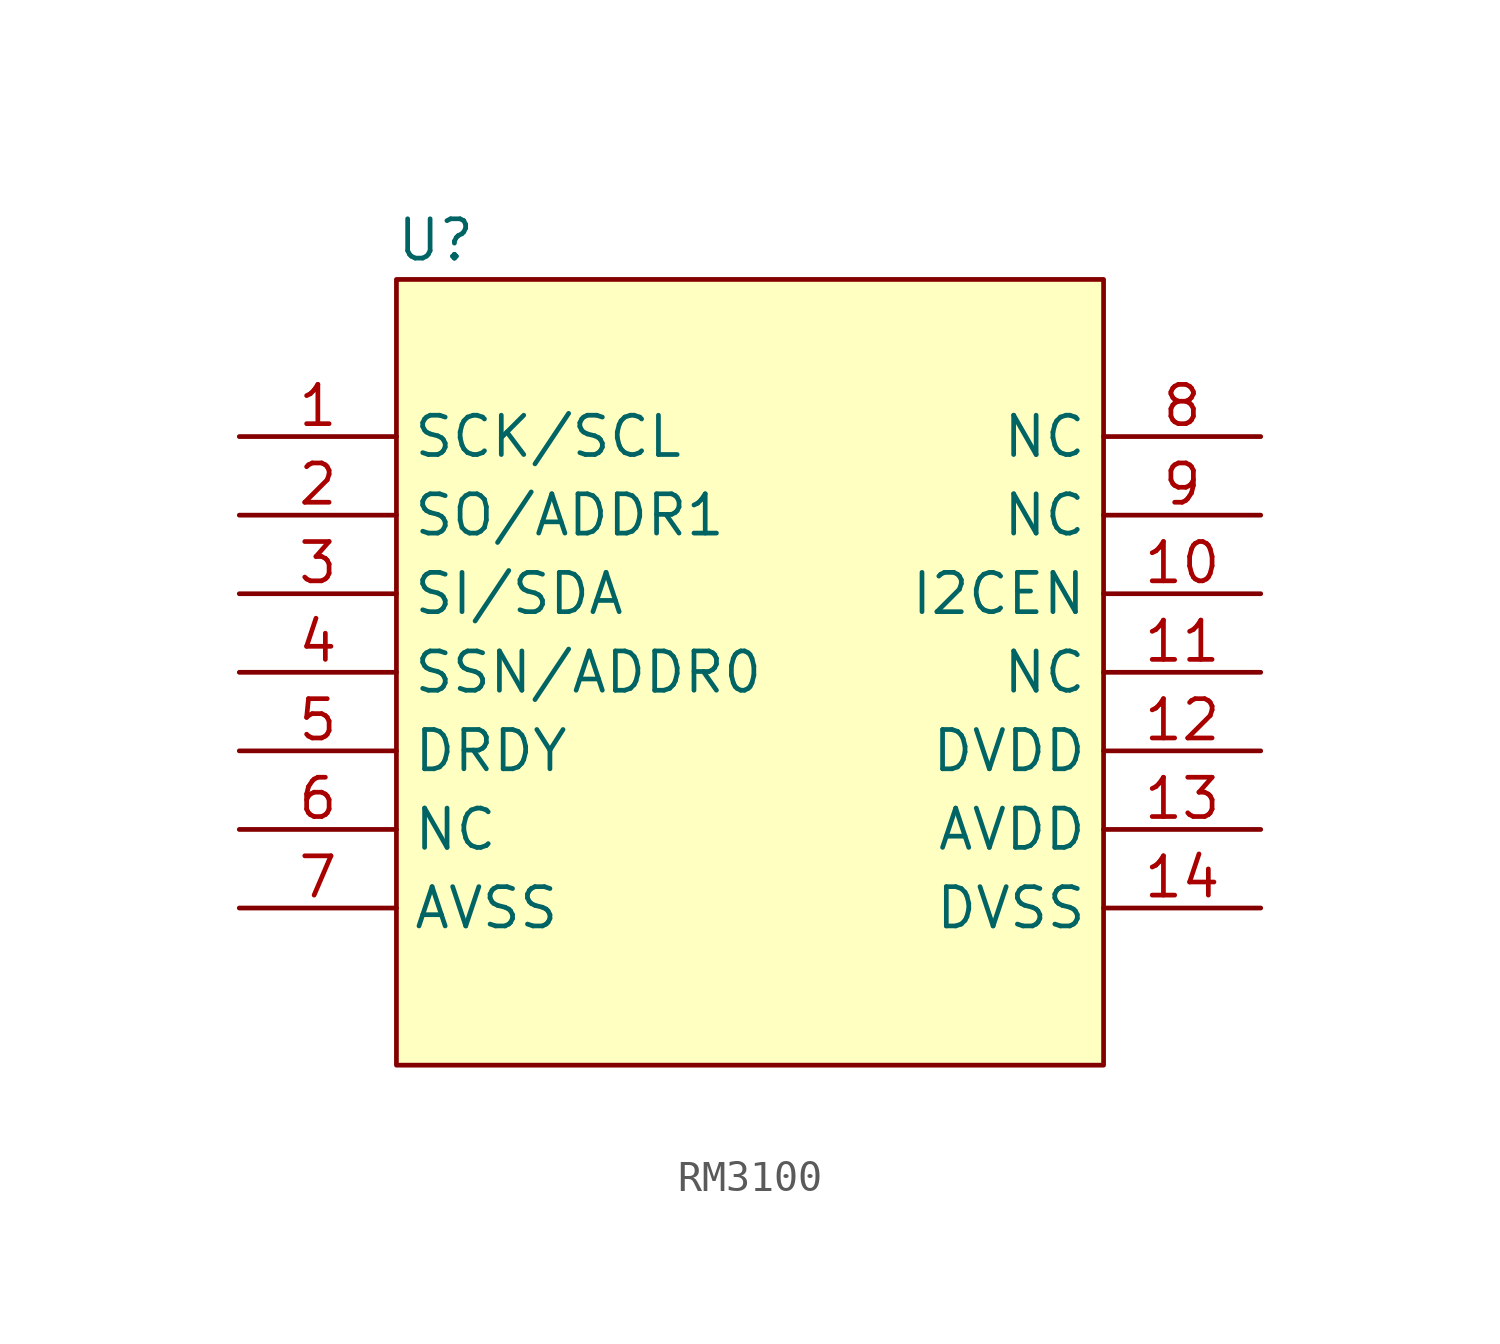
<source format=kicad_sym>
(kicad_symbol_lib
  (version 20220914)
  (generator kicad_symbol_editor)
  (symbol "RM3100"
    (property "Reference" "U"
      (at -11.43 13.97 0)
      (effects (font (size 1.27 1.27))))
    (property "Value" ""
      (at -7.62 3.81 0)
      (effects (font (size 1.27 1.27))))
    (symbol "RM3100_1_1"
      (rectangle (start -12.7 12.7) (end 10.16 -12.7) (stroke (width 0) (type default)) (fill (type background)))
      (pin input line (at -17.78 7.62 0) (length 5.08) (name "SCK/SCL" (effects (font (size 1.27 1.27)))) (number "1" (effects (font (size 1.27 1.27)))))
      (pin input line (at 15.24 2.54 180) (length 5.08) (name "I2CEN" (effects (font (size 1.27 1.27)))) (number "10" (effects (font (size 1.27 1.27)))))
      (pin input line (at 15.24 0 180) (length 5.08) (name "NC" (effects (font (size 1.27 1.27)))) (number "11" (effects (font (size 1.27 1.27)))))
      (pin input line (at 15.24 -2.54 180) (length 5.08) (name "DVDD" (effects (font (size 1.27 1.27)))) (number "12" (effects (font (size 1.27 1.27)))))
      (pin input line (at 15.24 -5.08 180) (length 5.08) (name "AVDD" (effects (font (size 1.27 1.27)))) (number "13" (effects (font (size 1.27 1.27)))))
      (pin input line (at 15.24 -7.62 180) (length 5.08) (name "DVSS" (effects (font (size 1.27 1.27)))) (number "14" (effects (font (size 1.27 1.27)))))
      (pin input line (at -17.78 5.08 0) (length 5.08) (name "SO/ADDR1" (effects (font (size 1.27 1.27)))) (number "2" (effects (font (size 1.27 1.27)))))
      (pin input line (at -17.78 2.54 0) (length 5.08) (name "SI/SDA" (effects (font (size 1.27 1.27)))) (number "3" (effects (font (size 1.27 1.27)))))
      (pin input line (at -17.78 0 0) (length 5.08) (name "SSN/ADDR0" (effects (font (size 1.27 1.27)))) (number "4" (effects (font (size 1.27 1.27)))))
      (pin input line (at -17.78 -2.54 0) (length 5.08) (name "DRDY" (effects (font (size 1.27 1.27)))) (number "5" (effects (font (size 1.27 1.27)))))
      (pin input line (at -17.78 -5.08 0) (length 5.08) (name "NC" (effects (font (size 1.27 1.27)))) (number "6" (effects (font (size 1.27 1.27)))))
      (pin input line (at -17.78 -7.62 0) (length 5.08) (name "AVSS" (effects (font (size 1.27 1.27)))) (number "7" (effects (font (size 1.27 1.27)))))
      (pin input line (at 15.24 7.62 180) (length 5.08) (name "NC" (effects (font (size 1.27 1.27)))) (number "8" (effects (font (size 1.27 1.27)))))
      (pin input line (at 15.24 5.08 180) (length 5.08) (name "NC" (effects (font (size 1.27 1.27)))) (number "9" (effects (font (size 1.27 1.27))))))))
</source>
